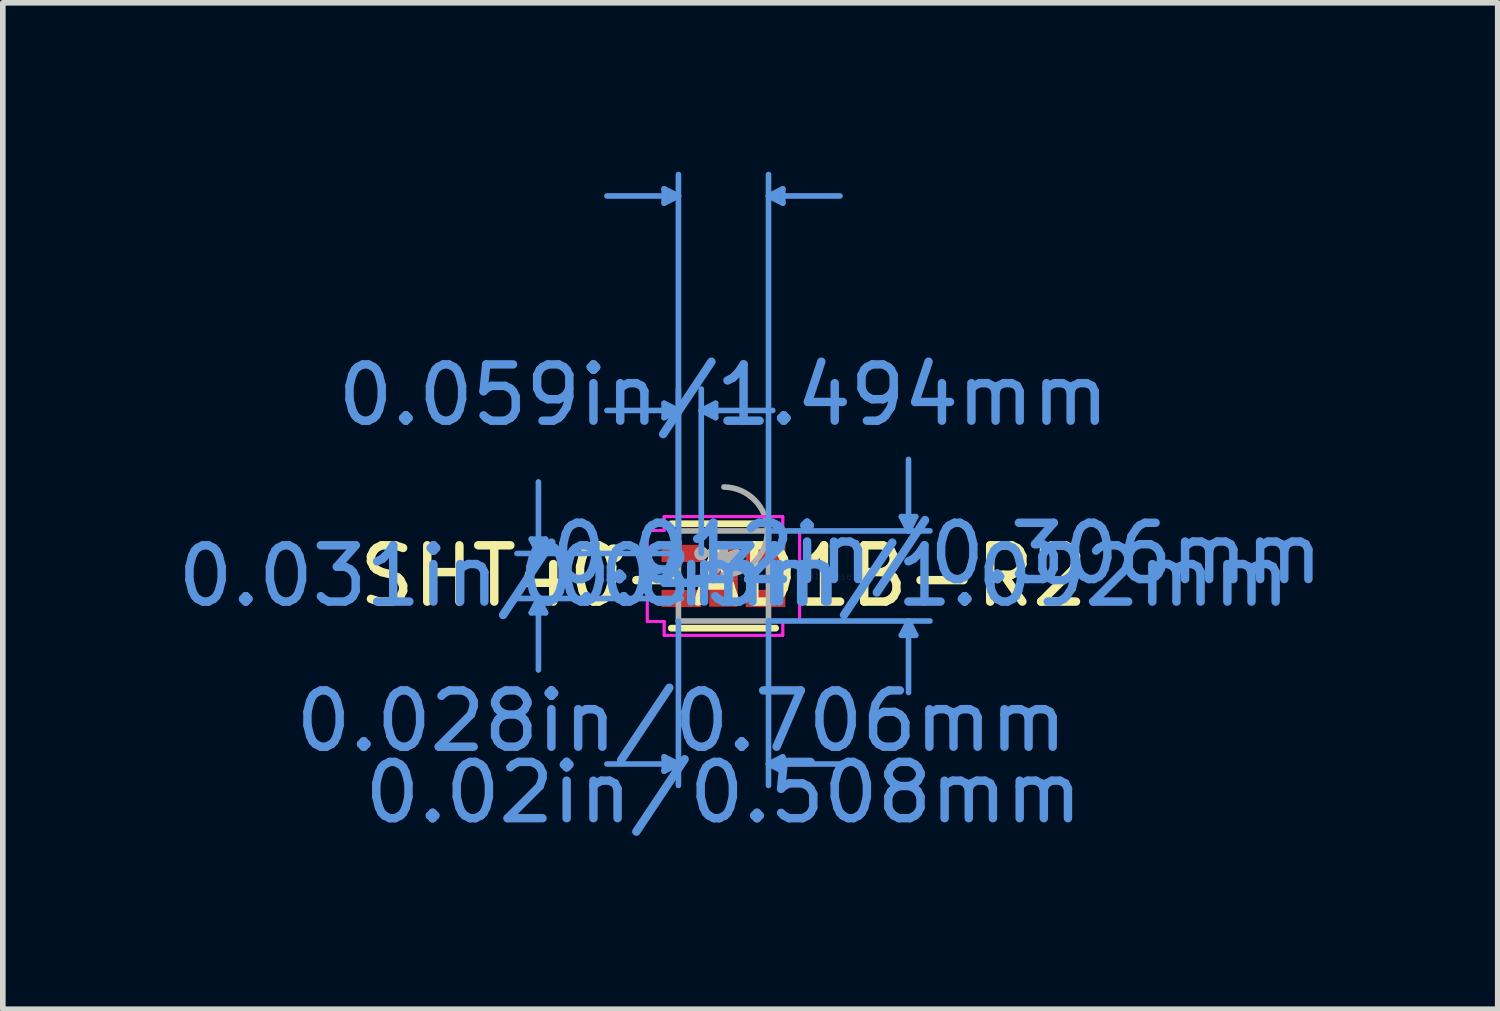
<source format=kicad_pcb>
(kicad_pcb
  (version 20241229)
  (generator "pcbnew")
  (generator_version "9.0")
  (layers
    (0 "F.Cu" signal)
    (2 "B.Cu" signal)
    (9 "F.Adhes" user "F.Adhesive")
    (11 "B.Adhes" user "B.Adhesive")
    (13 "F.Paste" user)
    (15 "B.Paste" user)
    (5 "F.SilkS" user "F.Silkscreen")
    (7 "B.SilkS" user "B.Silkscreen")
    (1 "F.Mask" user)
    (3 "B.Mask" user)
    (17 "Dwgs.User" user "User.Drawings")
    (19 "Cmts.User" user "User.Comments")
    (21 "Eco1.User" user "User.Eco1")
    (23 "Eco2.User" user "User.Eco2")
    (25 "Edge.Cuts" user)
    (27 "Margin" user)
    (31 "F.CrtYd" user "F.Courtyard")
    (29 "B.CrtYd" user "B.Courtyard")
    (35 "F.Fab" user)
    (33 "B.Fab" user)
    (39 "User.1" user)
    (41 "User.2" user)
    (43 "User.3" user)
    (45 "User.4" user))
  (footprint "SHT40-AD1B-R2"
    (layer "F.Cu")
    (at 9.801 7.181)
    (property "Reference" "SHT40-AD1B-R2" (at 0 0 0) (layer "F.SilkS") (effects (font (size 1 1) (thickness 0.15))))
    (attr through_hole)
    (fp_line (start -0.927 0.927) (end 0.927 0.927) (stroke (width 0.12) (type solid)) (layer "F.SilkS"))
    (fp_line (start 0.927 -0.927) (end -0.927 -0.927) (stroke (width 0.12) (type solid)) (layer "F.SilkS"))
    (fp_circle (center -1.951 -0.4) (end -1.849 -0.4) (stroke (width 0.12) (type solid)) (fill no) (layer "F.SilkS"))
    (fp_line (start -3.414 -0.654) (end -3.16 -0.654) (stroke (width 0.1) (type solid)) (layer "Cmts.User"))
    (fp_line (start -3.414 0.654) (end -3.16 0.654) (stroke (width 0.1) (type solid)) (layer "Cmts.User"))
    (fp_line (start -3.287 -0.4) (end -3.414 -0.654) (stroke (width 0.1) (type solid)) (layer "Cmts.User"))
    (fp_line (start -3.287 -0.4) (end -3.287 -1.67) (stroke (width 0.1) (type solid)) (layer "Cmts.User"))
    (fp_line (start -3.287 -0.4) (end -3.16 -0.654) (stroke (width 0.1) (type solid)) (layer "Cmts.User"))
    (fp_line (start -3.287 0.4) (end -3.414 0.654) (stroke (width 0.1) (type solid)) (layer "Cmts.User"))
    (fp_line (start -3.287 0.4) (end -3.287 1.67) (stroke (width 0.1) (type solid)) (layer "Cmts.User"))
    (fp_line (start -3.287 0.4) (end -3.16 0.654) (stroke (width 0.1) (type solid)) (layer "Cmts.User"))
    (fp_line (start -1.054 -6.877) (end -1.054 -6.623) (stroke (width 0.1) (type solid)) (layer "Cmts.User"))
    (fp_line (start -1.054 -3.067) (end -1.054 -2.813) (stroke (width 0.1) (type solid)) (layer "Cmts.User"))
    (fp_line (start -1.054 3.213) (end -1.054 3.467) (stroke (width 0.1) (type solid)) (layer "Cmts.User"))
    (fp_line (start -0.8 -6.75) (end -2.07 -6.75) (stroke (width 0.1) (type solid)) (layer "Cmts.User"))
    (fp_line (start -0.8 -6.75) (end -1.054 -6.877) (stroke (width 0.1) (type solid)) (layer "Cmts.User"))
    (fp_line (start -0.8 -6.75) (end -1.054 -6.623) (stroke (width 0.1) (type solid)) (layer "Cmts.User"))
    (fp_line (start -0.8 -2.94) (end -2.07 -2.94) (stroke (width 0.1) (type solid)) (layer "Cmts.User"))
    (fp_line (start -0.8 -2.94) (end -1.054 -3.067) (stroke (width 0.1) (type solid)) (layer "Cmts.User"))
    (fp_line (start -0.8 -2.94) (end -1.054 -2.813) (stroke (width 0.1) (type solid)) (layer "Cmts.User"))
    (fp_line (start -0.8 -0.4) (end -0.8 -7.131) (stroke (width 0.1) (type solid)) (layer "Cmts.User"))
    (fp_line (start -0.8 -0.4) (end -0.8 -3.321) (stroke (width 0.1) (type solid)) (layer "Cmts.User"))
    (fp_line (start -0.8 0.8) (end -0.8 3.721) (stroke (width 0.1) (type solid)) (layer "Cmts.User"))
    (fp_line (start -0.8 3.34) (end -2.07 3.34) (stroke (width 0.1) (type solid)) (layer "Cmts.User"))
    (fp_line (start -0.8 3.34) (end -1.054 3.213) (stroke (width 0.1) (type solid)) (layer "Cmts.User"))
    (fp_line (start -0.8 3.34) (end -1.054 3.467) (stroke (width 0.1) (type solid)) (layer "Cmts.User"))
    (fp_line (start -0.747 -0.4) (end -3.668 -0.4) (stroke (width 0.1) (type solid)) (layer "Cmts.User"))
    (fp_line (start -0.747 0.4) (end -3.668 0.4) (stroke (width 0.1) (type solid)) (layer "Cmts.User"))
    (fp_line (start -0.394 -2.94) (end -0.14 -3.067) (stroke (width 0.1) (type solid)) (layer "Cmts.User"))
    (fp_line (start -0.394 -2.94) (end -0.14 -2.813) (stroke (width 0.1) (type solid)) (layer "Cmts.User"))
    (fp_line (start -0.394 -2.94) (end 0.876 -2.94) (stroke (width 0.1) (type solid)) (layer "Cmts.User"))
    (fp_line (start -0.394 -0.4) (end -0.394 -3.321) (stroke (width 0.1) (type solid)) (layer "Cmts.User"))
    (fp_line (start -0.14 -3.067) (end -0.14 -2.813) (stroke (width 0.1) (type solid)) (layer "Cmts.User"))
    (fp_line (start 0.8 -6.75) (end 1.054 -6.877) (stroke (width 0.1) (type solid)) (layer "Cmts.User"))
    (fp_line (start 0.8 -6.75) (end 1.054 -6.623) (stroke (width 0.1) (type solid)) (layer "Cmts.User"))
    (fp_line (start 0.8 -6.75) (end 2.07 -6.75) (stroke (width 0.1) (type solid)) (layer "Cmts.User"))
    (fp_line (start 0.8 -0.8) (end 3.668 -0.8) (stroke (width 0.1) (type solid)) (layer "Cmts.User"))
    (fp_line (start 0.8 -0.4) (end 0.8 -7.131) (stroke (width 0.1) (type solid)) (layer "Cmts.User"))
    (fp_line (start 0.8 0.8) (end 0.8 3.721) (stroke (width 0.1) (type solid)) (layer "Cmts.User"))
    (fp_line (start 0.8 0.8) (end 3.668 0.8) (stroke (width 0.1) (type solid)) (layer "Cmts.User"))
    (fp_line (start 0.8 3.34) (end 1.054 3.213) (stroke (width 0.1) (type solid)) (layer "Cmts.User"))
    (fp_line (start 0.8 3.34) (end 1.054 3.467) (stroke (width 0.1) (type solid)) (layer "Cmts.User"))
    (fp_line (start 0.8 3.34) (end 2.07 3.34) (stroke (width 0.1) (type solid)) (layer "Cmts.User"))
    (fp_line (start 1.054 -6.877) (end 1.054 -6.623) (stroke (width 0.1) (type solid)) (layer "Cmts.User"))
    (fp_line (start 1.054 3.213) (end 1.054 3.467) (stroke (width 0.1) (type solid)) (layer "Cmts.User"))
    (fp_line (start 3.16 -1.054) (end 3.414 -1.054) (stroke (width 0.1) (type solid)) (layer "Cmts.User"))
    (fp_line (start 3.16 1.054) (end 3.414 1.054) (stroke (width 0.1) (type solid)) (layer "Cmts.User"))
    (fp_line (start 3.287 -0.8) (end 3.16 -1.054) (stroke (width 0.1) (type solid)) (layer "Cmts.User"))
    (fp_line (start 3.287 -0.8) (end 3.287 -2.07) (stroke (width 0.1) (type solid)) (layer "Cmts.User"))
    (fp_line (start 3.287 -0.8) (end 3.414 -1.054) (stroke (width 0.1) (type solid)) (layer "Cmts.User"))
    (fp_line (start 3.287 0.8) (end 3.16 1.054) (stroke (width 0.1) (type solid)) (layer "Cmts.User"))
    (fp_line (start 3.287 0.8) (end 3.287 2.07) (stroke (width 0.1) (type solid)) (layer "Cmts.User"))
    (fp_line (start 3.287 0.8) (end 3.414 1.054) (stroke (width 0.1) (type solid)) (layer "Cmts.User"))
    (fp_line (start -1.354 -0.807) (end -1.054 -0.807) (stroke (width 0.05) (type solid)) (layer "F.CrtYd"))
    (fp_line (start -1.354 -0.807) (end -1.054 -0.807) (stroke (width 0.05) (type solid)) (layer "F.CrtYd"))
    (fp_line (start -1.354 0.807) (end -1.354 -0.807) (stroke (width 0.05) (type solid)) (layer "F.CrtYd"))
    (fp_line (start -1.354 0.807) (end -1.354 -0.807) (stroke (width 0.05) (type solid)) (layer "F.CrtYd"))
    (fp_line (start -1.354 0.807) (end -1.054 0.807) (stroke (width 0.05) (type solid)) (layer "F.CrtYd"))
    (fp_line (start -1.054 -1.054) (end 1.054 -1.054) (stroke (width 0.05) (type solid)) (layer "F.CrtYd"))
    (fp_line (start -1.054 -1.054) (end 1.054 -1.054) (stroke (width 0.05) (type solid)) (layer "F.CrtYd"))
    (fp_line (start -1.054 -0.807) (end -1.054 -1.054) (stroke (width 0.05) (type solid)) (layer "F.CrtYd"))
    (fp_line (start -1.054 -0.807) (end -1.054 -1.054) (stroke (width 0.05) (type solid)) (layer "F.CrtYd"))
    (fp_line (start -1.054 0.807) (end -1.354 0.807) (stroke (width 0.05) (type solid)) (layer "F.CrtYd"))
    (fp_line (start -1.054 1.054) (end -1.054 0.807) (stroke (width 0.05) (type solid)) (layer "F.CrtYd"))
    (fp_line (start -1.054 1.054) (end -1.054 0.807) (stroke (width 0.05) (type solid)) (layer "F.CrtYd"))
    (fp_line (start 1.054 -1.054) (end 1.054 -0.807) (stroke (width 0.05) (type solid)) (layer "F.CrtYd"))
    (fp_line (start 1.054 -1.054) (end 1.054 -0.807) (stroke (width 0.05) (type solid)) (layer "F.CrtYd"))
    (fp_line (start 1.054 -0.807) (end 1.354 -0.807) (stroke (width 0.05) (type solid)) (layer "F.CrtYd"))
    (fp_line (start 1.054 0.807) (end 1.054 1.054) (stroke (width 0.05) (type solid)) (layer "F.CrtYd"))
    (fp_line (start 1.054 0.807) (end 1.054 1.054) (stroke (width 0.05) (type solid)) (layer "F.CrtYd"))
    (fp_line (start 1.054 1.054) (end -1.054 1.054) (stroke (width 0.05) (type solid)) (layer "F.CrtYd"))
    (fp_line (start 1.054 1.054) (end -1.054 1.054) (stroke (width 0.05) (type solid)) (layer "F.CrtYd"))
    (fp_line (start 1.354 -0.807) (end 1.054 -0.807) (stroke (width 0.05) (type solid)) (layer "F.CrtYd"))
    (fp_line (start 1.354 -0.807) (end 1.354 0.807) (stroke (width 0.05) (type solid)) (layer "F.CrtYd"))
    (fp_line (start 1.354 -0.807) (end 1.354 0.807) (stroke (width 0.05) (type solid)) (layer "F.CrtYd"))
    (fp_line (start 1.354 0.807) (end 1.054 0.807) (stroke (width 0.05) (type solid)) (layer "F.CrtYd"))
    (fp_line (start 1.354 0.807) (end 1.054 0.807) (stroke (width 0.05) (type solid)) (layer "F.CrtYd"))
    (fp_line (start -0.8 -0.8) (end -0.8 0.8) (stroke (width 0.1) (type solid)) (layer "F.Fab"))
    (fp_line (start -0.8 0.8) (end 0.8 0.8) (stroke (width 0.1) (type solid)) (layer "F.Fab"))
    (fp_line (start 0.8 -0.8) (end -0.8 -0.8) (stroke (width 0.1) (type solid)) (layer "F.Fab"))
    (fp_line (start 0.8 0.8) (end 0.8 -0.8) (stroke (width 0.1) (type solid)) (layer "F.Fab"))
    (fp_arc (start 0.007742 -1.579878) (mid 0.779778 -0.792358) (end -0.007742 -0.020322) (stroke (width 0.1) (type solid)) (layer "F.Fab"))
    (fp_circle (center -0.394 -0.4) (end -0.318 -0.4) (stroke (width 0.1) (type solid)) (fill no) (layer "F.Fab"))
    (fp_text user "*" (at 0 0 0) (layer "F.SilkS") (effects (font (size 1 1) (thickness 0.15))))
    (fp_text user "0.02in/0.508mm" (at 0 3.848 0) (layer "Cmts.User") (effects (font (size 1 1) (thickness 0.15))))
    (fp_text user "0.059in/1.494mm" (at 0 -3.213 0) (layer "Cmts.User") (effects (font (size 1 1) (thickness 0.15))))
    (fp_text user "0.028in/0.706mm" (at -0.747 2.578 0) (layer "Cmts.User") (effects (font (size 1 1) (thickness 0.15))))
    (fp_text user "0.031in/0.8mm" (at -3.795 0 0) (layer "Cmts.User") (effects (font (size 1 1) (thickness 0.15))))
    (fp_text user "Copyright 2021 Accelerated Designs. All rights reserved." (at 0 0 0) (layer "Cmts.User") (effects (font (size 0.127 0.127) (thickness 0.002))))
    (fp_text user "0.012in/0.306mm" (at 3.795 -0.4 0) (layer "Cmts.User") (effects (font (size 1 1) (thickness 0.15))))
    (fp_text user "0.043in/1.092mm" (at 3.213 0 0) (layer "Cmts.User") (effects (font (size 1 1) (thickness 0.15))))
    (fp_text user "*" (at 0 0 0) (layer "F.Fab") (effects (font (size 1 1) (thickness 0.15))))
    (pad "1" smd rect (at -0.747 -0.4) (size 0.706 0.306) (layers "F.Cu" "F.Mask" "F.Paste"))
    (pad "2" smd rect (at -0.747 0.4) (size 0.706 0.306) (layers "F.Cu" "F.Mask" "F.Paste"))
    (pad "3" smd rect (at 0.747 0.4) (size 0.706 0.306) (layers "F.Cu" "F.Mask" "F.Paste"))
    (pad "4" smd rect (at 0.747 -0.4) (size 0.706 0.306) (layers "F.Cu" "F.Mask" "F.Paste"))
    (pad "5" smd rect (at 0 0) (size 0.508 1.092) (layers "F.Cu" "F.Mask" "F.Paste")))
  (gr_rect
    (start -3 -3)
    (end 23.554 14.877)
    (stroke (width 0.1) (type default))
    (fill no)
    (layer "Edge.Cuts")))
</source>
